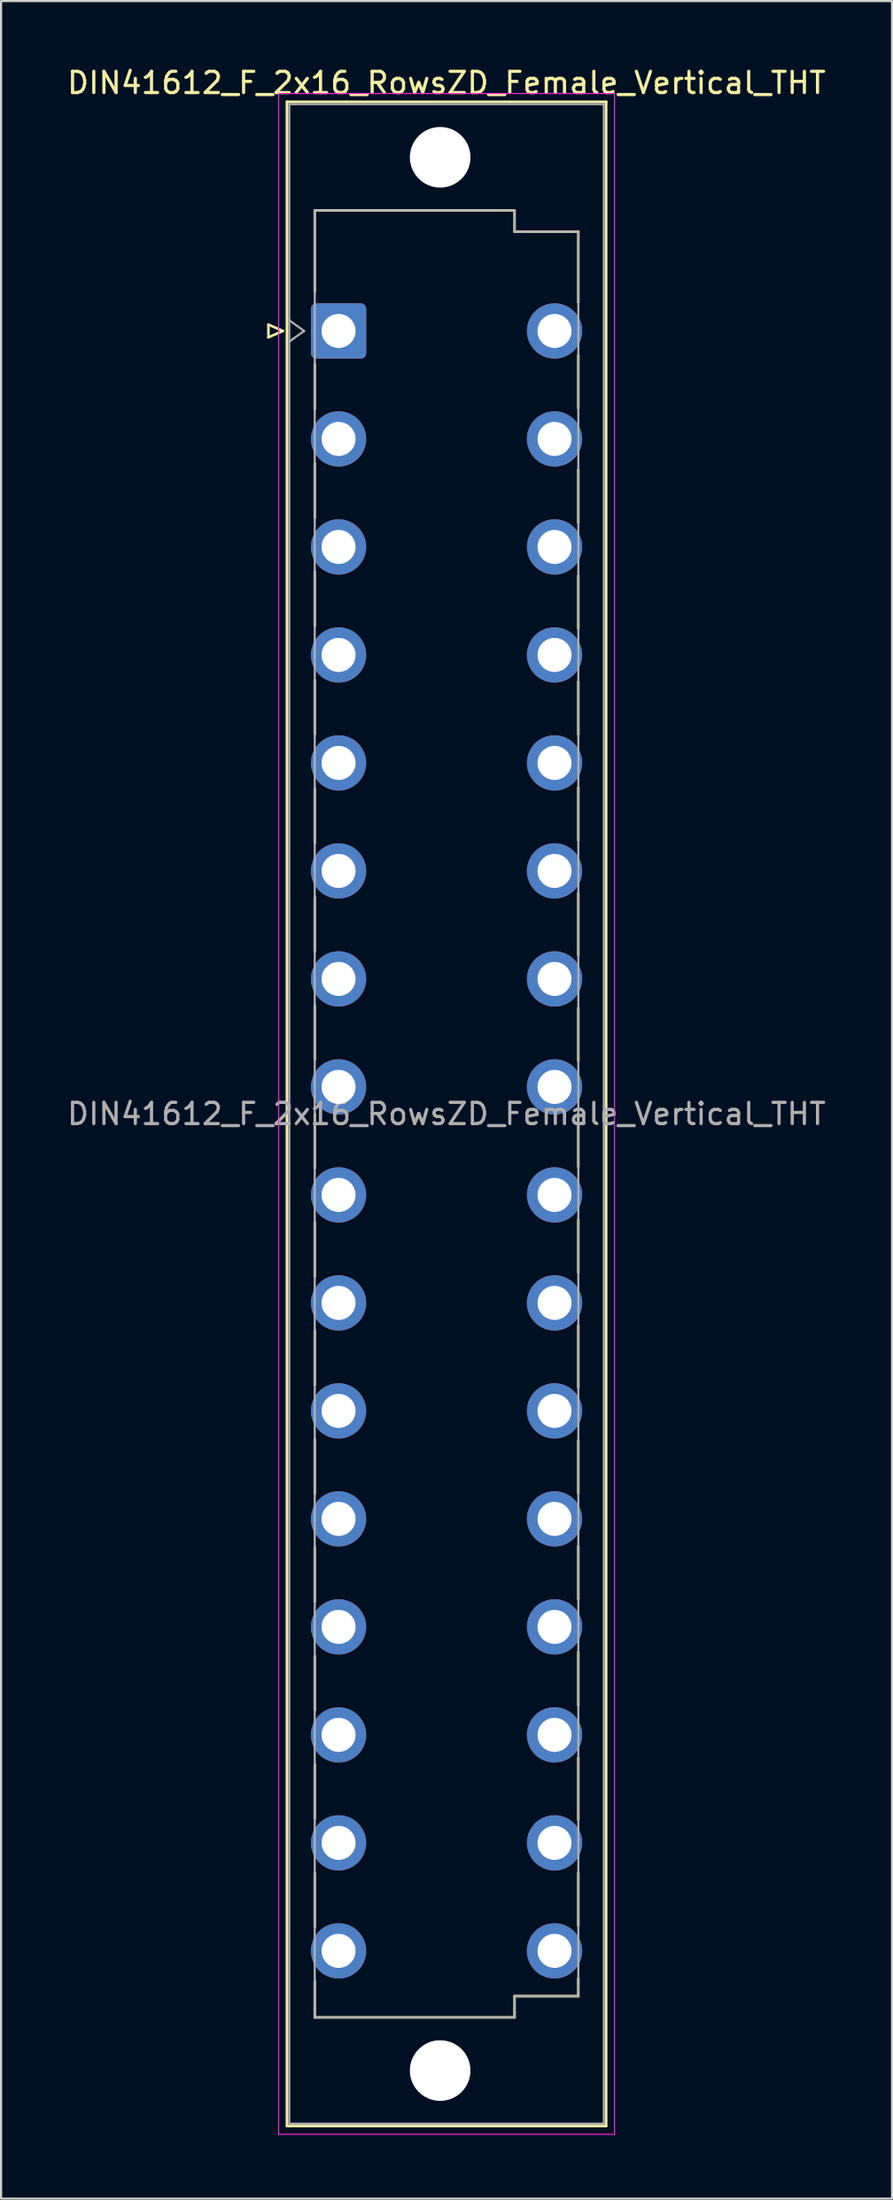
<source format=kicad_pcb>
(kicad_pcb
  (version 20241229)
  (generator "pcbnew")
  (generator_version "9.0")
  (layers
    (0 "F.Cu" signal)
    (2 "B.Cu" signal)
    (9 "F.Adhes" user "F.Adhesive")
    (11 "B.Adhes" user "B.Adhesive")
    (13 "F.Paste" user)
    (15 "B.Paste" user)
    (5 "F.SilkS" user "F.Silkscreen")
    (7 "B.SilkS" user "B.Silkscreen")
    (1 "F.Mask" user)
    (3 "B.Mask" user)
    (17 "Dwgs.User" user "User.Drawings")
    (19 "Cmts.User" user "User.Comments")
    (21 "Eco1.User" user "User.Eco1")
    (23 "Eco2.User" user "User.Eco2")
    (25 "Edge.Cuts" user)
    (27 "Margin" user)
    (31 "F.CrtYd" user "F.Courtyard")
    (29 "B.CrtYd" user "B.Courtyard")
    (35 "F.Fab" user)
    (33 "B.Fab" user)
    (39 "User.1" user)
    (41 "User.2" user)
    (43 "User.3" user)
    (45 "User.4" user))
  (footprint "DIN41612_F_2x16_RowsZD_Female_Vertical_THT"
    (layer "F.Cu")
    (at 15.418 9.978)
    (property "Reference" "DIN41612_F_2x16_RowsZD_Female_Vertical_THT" (at 2.54 -9.13 0) (layer "F.SilkS") (effects (font (size 1 1) (thickness 0.15))))
    (attr through_hole)
    (fp_line (start -5.84 2.24) (end -5.84 2.84) (stroke (width 0.12) (type solid)) (layer "F.SilkS"))
    (fp_line (start -5.84 2.84) (end -5.16 2.54) (stroke (width 0.12) (type solid)) (layer "F.SilkS"))
    (fp_line (start -5.16 2.54) (end -5.84 2.24) (stroke (width 0.12) (type solid)) (layer "F.SilkS"))
    (fp_line (start -4.97 -8.24) (end 10.05 -8.24) (stroke (width 0.12) (type solid)) (layer "F.SilkS"))
    (fp_line (start -4.97 86.98) (end -4.97 -8.24) (stroke (width 0.12) (type solid)) (layer "F.SilkS"))
    (fp_line (start -3.66 -3.131) (end 5.74 -3.131) (stroke (width 0.12) (type solid)) (layer "F.SilkS"))
    (fp_line (start -3.66 0.696) (end -3.66 -3.131) (stroke (width 0.12) (type solid)) (layer "F.SilkS"))
    (fp_line (start -3.66 6.221) (end -3.66 4.096) (stroke (width 0.12) (type solid)) (layer "F.SilkS"))
    (fp_line (start -3.66 11.321) (end -3.66 8.771) (stroke (width 0.12) (type solid)) (layer "F.SilkS"))
    (fp_line (start -3.66 16.421) (end -3.66 13.871) (stroke (width 0.12) (type solid)) (layer "F.SilkS"))
    (fp_line (start -3.66 21.521) (end -3.66 18.971) (stroke (width 0.12) (type solid)) (layer "F.SilkS"))
    (fp_line (start -3.66 26.621) (end -3.66 24.071) (stroke (width 0.12) (type solid)) (layer "F.SilkS"))
    (fp_line (start -3.66 31.721) (end -3.66 29.171) (stroke (width 0.12) (type solid)) (layer "F.SilkS"))
    (fp_line (start -3.66 36.821) (end -3.66 34.271) (stroke (width 0.12) (type solid)) (layer "F.SilkS"))
    (fp_line (start -3.66 41.921) (end -3.66 39.371) (stroke (width 0.12) (type solid)) (layer "F.SilkS"))
    (fp_line (start -3.66 47.021) (end -3.66 44.471) (stroke (width 0.12) (type solid)) (layer "F.SilkS"))
    (fp_line (start -3.66 52.121) (end -3.66 49.571) (stroke (width 0.12) (type solid)) (layer "F.SilkS"))
    (fp_line (start -3.66 57.221) (end -3.66 54.671) (stroke (width 0.12) (type solid)) (layer "F.SilkS"))
    (fp_line (start -3.66 62.321) (end -3.66 59.771) (stroke (width 0.12) (type solid)) (layer "F.SilkS"))
    (fp_line (start -3.66 67.421) (end -3.66 64.871) (stroke (width 0.12) (type solid)) (layer "F.SilkS"))
    (fp_line (start -3.66 72.521) (end -3.66 69.971) (stroke (width 0.12) (type solid)) (layer "F.SilkS"))
    (fp_line (start -3.66 77.621) (end -3.66 75.071) (stroke (width 0.12) (type solid)) (layer "F.SilkS"))
    (fp_line (start -3.66 81.87) (end -3.66 80.171) (stroke (width 0.12) (type solid)) (layer "F.SilkS"))
    (fp_line (start 5.74 -3.131) (end 5.74 -2.131) (stroke (width 0.12) (type solid)) (layer "F.SilkS"))
    (fp_line (start 5.74 -2.131) (end 8.74 -2.131) (stroke (width 0.12) (type solid)) (layer "F.SilkS"))
    (fp_line (start 5.74 80.87) (end 5.74 81.87) (stroke (width 0.12) (type solid)) (layer "F.SilkS"))
    (fp_line (start 5.74 81.87) (end -3.66 81.87) (stroke (width 0.12) (type solid)) (layer "F.SilkS"))
    (fp_line (start 8.74 -2.131) (end 8.74 1.19) (stroke (width 0.12) (type solid)) (layer "F.SilkS"))
    (fp_line (start 8.74 3.68) (end 8.74 6.17) (stroke (width 0.12) (type solid)) (layer "F.SilkS"))
    (fp_line (start 8.74 9.075) (end 8.74 11.565) (stroke (width 0.12) (type solid)) (layer "F.SilkS"))
    (fp_line (start 8.74 14.055) (end 8.74 16.545) (stroke (width 0.12) (type solid)) (layer "F.SilkS"))
    (fp_line (start 8.74 19.035) (end 8.74 21.525) (stroke (width 0.12) (type solid)) (layer "F.SilkS"))
    (fp_line (start 8.74 24.015) (end 8.74 26.505) (stroke (width 0.12) (type solid)) (layer "F.SilkS"))
    (fp_line (start 8.74 28.995) (end 8.74 31.9) (stroke (width 0.12) (type solid)) (layer "F.SilkS"))
    (fp_line (start 8.74 34.39) (end 8.74 36.88) (stroke (width 0.12) (type solid)) (layer "F.SilkS"))
    (fp_line (start 8.74 39.37) (end 8.74 41.86) (stroke (width 0.12) (type solid)) (layer "F.SilkS"))
    (fp_line (start 8.74 44.35) (end 8.74 46.84) (stroke (width 0.12) (type solid)) (layer "F.SilkS"))
    (fp_line (start 8.74 49.33) (end 8.74 52.235) (stroke (width 0.12) (type solid)) (layer "F.SilkS"))
    (fp_line (start 8.74 54.725) (end 8.74 57.215) (stroke (width 0.12) (type solid)) (layer "F.SilkS"))
    (fp_line (start 8.74 59.705) (end 8.74 62.195) (stroke (width 0.12) (type solid)) (layer "F.SilkS"))
    (fp_line (start 8.74 64.685) (end 8.74 67.175) (stroke (width 0.12) (type solid)) (layer "F.SilkS"))
    (fp_line (start 8.74 69.665) (end 8.74 72.57) (stroke (width 0.12) (type solid)) (layer "F.SilkS"))
    (fp_line (start 8.74 75.061) (end 8.74 77.551) (stroke (width 0.12) (type solid)) (layer "F.SilkS"))
    (fp_line (start 8.74 80.041) (end 8.74 80.87) (stroke (width 0.12) (type solid)) (layer "F.SilkS"))
    (fp_line (start 8.74 80.87) (end 5.74 80.87) (stroke (width 0.12) (type solid)) (layer "F.SilkS"))
    (fp_line (start 10.05 -8.24) (end 10.05 86.98) (stroke (width 0.12) (type solid)) (layer "F.SilkS"))
    (fp_line (start 10.05 86.98) (end -4.97 86.98) (stroke (width 0.12) (type solid)) (layer "F.SilkS"))
    (fp_line (start -5.36 -8.63) (end 10.44 -8.63) (stroke (width 0.05) (type solid)) (layer "F.CrtYd"))
    (fp_line (start -5.36 87.37) (end -5.36 -8.63) (stroke (width 0.05) (type solid)) (layer "F.CrtYd"))
    (fp_line (start 10.44 -8.63) (end 10.44 87.37) (stroke (width 0.05) (type solid)) (layer "F.CrtYd"))
    (fp_line (start 10.44 87.37) (end -5.36 87.37) (stroke (width 0.05) (type solid)) (layer "F.CrtYd"))
    (fp_line (start -4.86 -8.13) (end 9.94 -8.13) (stroke (width 0.1) (type solid)) (layer "F.Fab"))
    (fp_line (start -4.86 2.04) (end -4.16 2.54) (stroke (width 0.1) (type solid)) (layer "F.Fab"))
    (fp_line (start -4.86 86.87) (end -4.86 -8.13) (stroke (width 0.1) (type solid)) (layer "F.Fab"))
    (fp_line (start -4.16 2.54) (end -4.86 3.04) (stroke (width 0.1) (type solid)) (layer "F.Fab"))
    (fp_line (start -3.66 -3.13) (end 5.74 -3.13) (stroke (width 0.1) (type solid)) (layer "F.Fab"))
    (fp_line (start -3.66 81.87) (end -3.66 -3.13) (stroke (width 0.1) (type solid)) (layer "F.Fab"))
    (fp_line (start 5.74 -3.13) (end 5.74 -2.13) (stroke (width 0.1) (type solid)) (layer "F.Fab"))
    (fp_line (start 5.74 -2.13) (end 8.74 -2.13) (stroke (width 0.1) (type solid)) (layer "F.Fab"))
    (fp_line (start 5.74 80.87) (end 5.74 81.87) (stroke (width 0.1) (type solid)) (layer "F.Fab"))
    (fp_line (start 5.74 81.87) (end -3.66 81.87) (stroke (width 0.1) (type solid)) (layer "F.Fab"))
    (fp_line (start 8.74 -2.13) (end 8.74 80.87) (stroke (width 0.1) (type solid)) (layer "F.Fab"))
    (fp_line (start 8.74 80.87) (end 5.74 80.87) (stroke (width 0.1) (type solid)) (layer "F.Fab"))
    (fp_line (start 9.94 -8.13) (end 9.94 86.87) (stroke (width 0.1) (type solid)) (layer "F.Fab"))
    (fp_line (start 9.94 86.87) (end -4.86 86.87) (stroke (width 0.1) (type solid)) (layer "F.Fab"))
    (fp_text user "${REFERENCE}" (at 2.54 39.37 0) (layer "F.Fab") (effects (font (size 1 1) (thickness 0.15))))
    (pad "" np_thru_hole circle (at 2.24 -5.63) (size 2.85 2.85) (drill 2.85) (layers "*.Cu" "*.Mask"))
    (pad "" np_thru_hole circle (at 2.24 84.37) (size 2.85 2.85) (drill 2.85) (layers "*.Cu" "*.Mask"))
    (pad "d2" thru_hole circle (at 7.62 2.54) (size 2.6 2.6) (drill 1.6) (layers "*.Cu" "*.Mask"))
    (pad "d4" thru_hole circle (at 7.62 7.62) (size 2.6 2.6) (drill 1.6) (layers "*.Cu" "*.Mask"))
    (pad "d6" thru_hole circle (at 7.62 12.7) (size 2.6 2.6) (drill 1.6) (layers "*.Cu" "*.Mask"))
    (pad "d8" thru_hole circle (at 7.62 17.78) (size 2.6 2.6) (drill 1.6) (layers "*.Cu" "*.Mask"))
    (pad "d10" thru_hole circle (at 7.62 22.86) (size 2.6 2.6) (drill 1.6) (layers "*.Cu" "*.Mask"))
    (pad "d12" thru_hole circle (at 7.62 27.94) (size 2.6 2.6) (drill 1.6) (layers "*.Cu" "*.Mask"))
    (pad "d14" thru_hole circle (at 7.62 33.02) (size 2.6 2.6) (drill 1.6) (layers "*.Cu" "*.Mask"))
    (pad "d16" thru_hole circle (at 7.62 38.1) (size 2.6 2.6) (drill 1.6) (layers "*.Cu" "*.Mask"))
    (pad "d18" thru_hole circle (at 7.62 43.18) (size 2.6 2.6) (drill 1.6) (layers "*.Cu" "*.Mask"))
    (pad "d20" thru_hole circle (at 7.62 48.26) (size 2.6 2.6) (drill 1.6) (layers "*.Cu" "*.Mask"))
    (pad "d22" thru_hole circle (at 7.62 53.34) (size 2.6 2.6) (drill 1.6) (layers "*.Cu" "*.Mask"))
    (pad "d24" thru_hole circle (at 7.62 58.42) (size 2.6 2.6) (drill 1.6) (layers "*.Cu" "*.Mask"))
    (pad "d26" thru_hole circle (at 7.62 63.5) (size 2.6 2.6) (drill 1.6) (layers "*.Cu" "*.Mask"))
    (pad "d28" thru_hole circle (at 7.62 68.58) (size 2.6 2.6) (drill 1.6) (layers "*.Cu" "*.Mask"))
    (pad "d30" thru_hole circle (at 7.62 73.66) (size 2.6 2.6) (drill 1.6) (layers "*.Cu" "*.Mask"))
    (pad "d32" thru_hole circle (at 7.62 78.74) (size 2.6 2.6) (drill 1.6) (layers "*.Cu" "*.Mask"))
    (pad "z2" thru_hole roundrect (at -2.54 2.54) (size 2.6 2.6) (drill 1.6) (layers "*.Cu" "*.Mask") (roundrect_rratio 0.096))
    (pad "z4" thru_hole circle (at -2.54 7.62) (size 2.6 2.6) (drill 1.6) (layers "*.Cu" "*.Mask"))
    (pad "z6" thru_hole circle (at -2.54 12.7) (size 2.6 2.6) (drill 1.6) (layers "*.Cu" "*.Mask"))
    (pad "z8" thru_hole circle (at -2.54 17.78) (size 2.6 2.6) (drill 1.6) (layers "*.Cu" "*.Mask"))
    (pad "z10" thru_hole circle (at -2.54 22.86) (size 2.6 2.6) (drill 1.6) (layers "*.Cu" "*.Mask"))
    (pad "z12" thru_hole circle (at -2.54 27.94) (size 2.6 2.6) (drill 1.6) (layers "*.Cu" "*.Mask"))
    (pad "z14" thru_hole circle (at -2.54 33.02) (size 2.6 2.6) (drill 1.6) (layers "*.Cu" "*.Mask"))
    (pad "z16" thru_hole circle (at -2.54 38.1) (size 2.6 2.6) (drill 1.6) (layers "*.Cu" "*.Mask"))
    (pad "z18" thru_hole circle (at -2.54 43.18) (size 2.6 2.6) (drill 1.6) (layers "*.Cu" "*.Mask"))
    (pad "z20" thru_hole circle (at -2.54 48.26) (size 2.6 2.6) (drill 1.6) (layers "*.Cu" "*.Mask"))
    (pad "z22" thru_hole circle (at -2.54 53.34) (size 2.6 2.6) (drill 1.6) (layers "*.Cu" "*.Mask"))
    (pad "z24" thru_hole circle (at -2.54 58.42) (size 2.6 2.6) (drill 1.6) (layers "*.Cu" "*.Mask"))
    (pad "z26" thru_hole circle (at -2.54 63.5) (size 2.6 2.6) (drill 1.6) (layers "*.Cu" "*.Mask"))
    (pad "z28" thru_hole circle (at -2.54 68.58) (size 2.6 2.6) (drill 1.6) (layers "*.Cu" "*.Mask"))
    (pad "z30" thru_hole circle (at -2.54 73.66) (size 2.6 2.6) (drill 1.6) (layers "*.Cu" "*.Mask"))
    (pad "z32" thru_hole circle (at -2.54 78.74) (size 2.6 2.6) (drill 1.6) (layers "*.Cu" "*.Mask")))
  (gr_rect
    (start -3 -3)
    (end 38.917 100.373)
    (stroke (width 0.1) (type default))
    (fill no)
    (layer "Edge.Cuts")))
</source>
